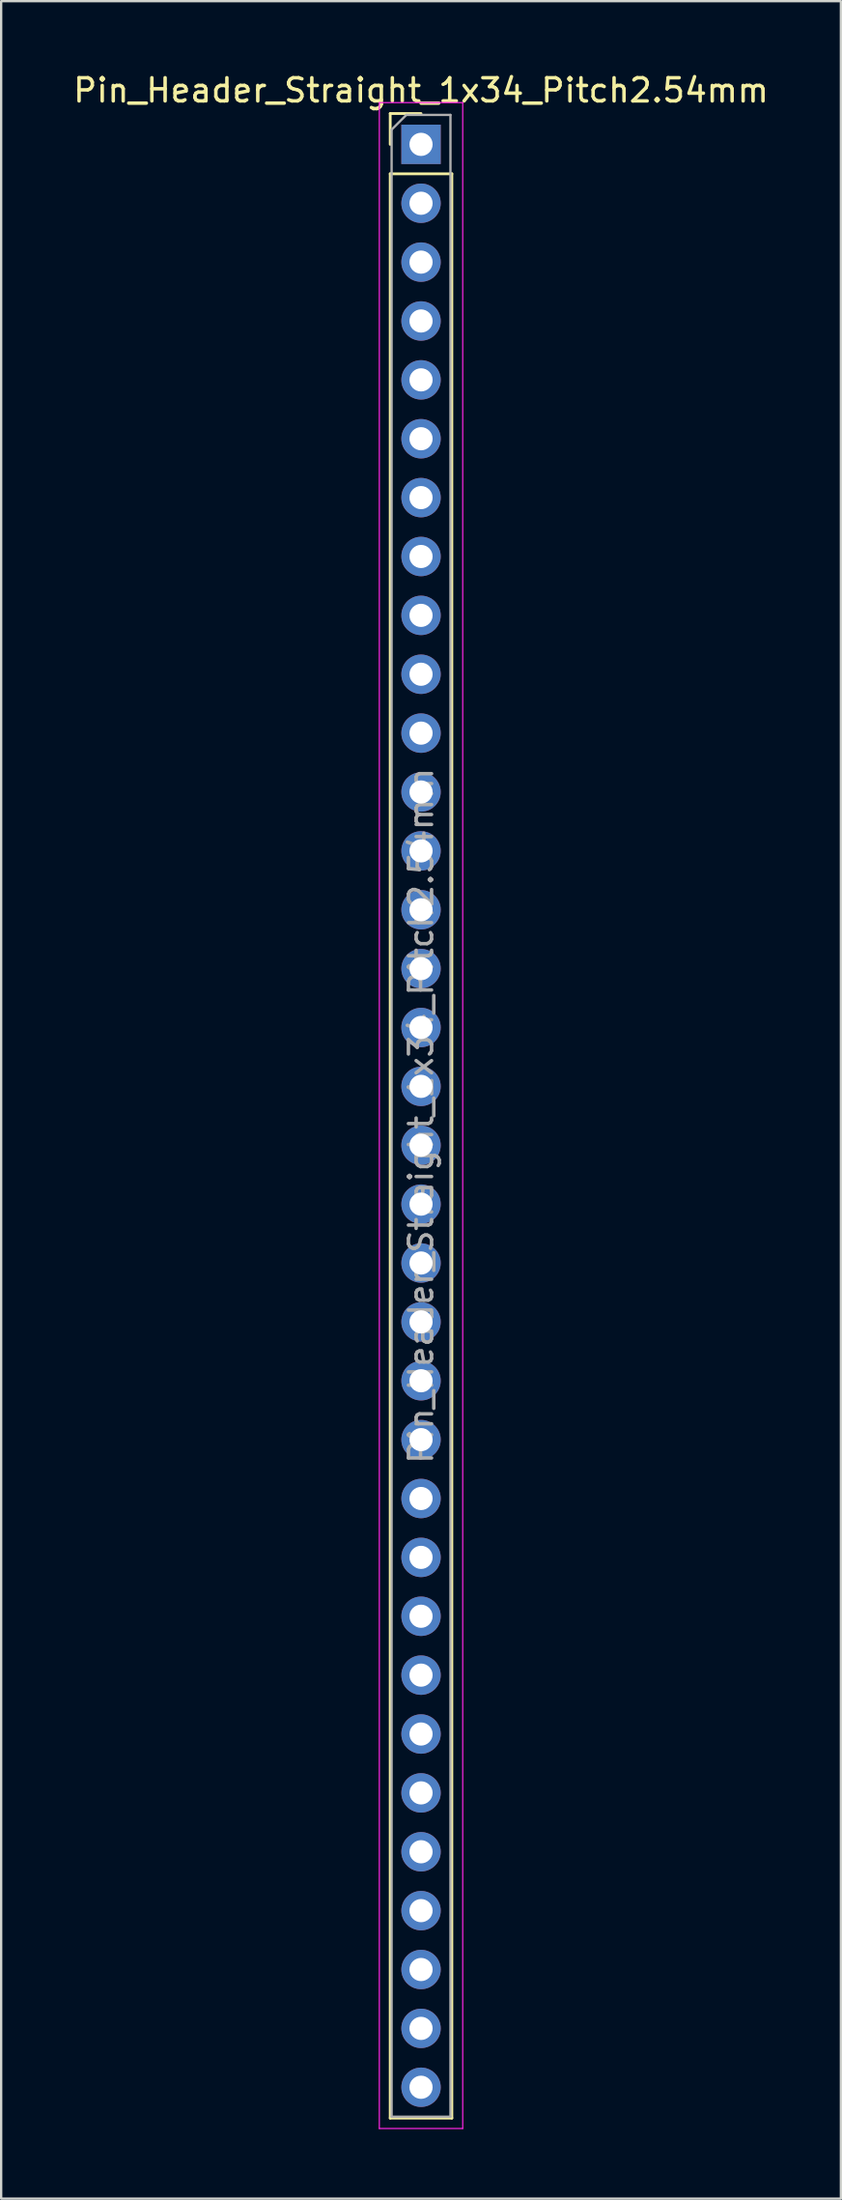
<source format=kicad_pcb>
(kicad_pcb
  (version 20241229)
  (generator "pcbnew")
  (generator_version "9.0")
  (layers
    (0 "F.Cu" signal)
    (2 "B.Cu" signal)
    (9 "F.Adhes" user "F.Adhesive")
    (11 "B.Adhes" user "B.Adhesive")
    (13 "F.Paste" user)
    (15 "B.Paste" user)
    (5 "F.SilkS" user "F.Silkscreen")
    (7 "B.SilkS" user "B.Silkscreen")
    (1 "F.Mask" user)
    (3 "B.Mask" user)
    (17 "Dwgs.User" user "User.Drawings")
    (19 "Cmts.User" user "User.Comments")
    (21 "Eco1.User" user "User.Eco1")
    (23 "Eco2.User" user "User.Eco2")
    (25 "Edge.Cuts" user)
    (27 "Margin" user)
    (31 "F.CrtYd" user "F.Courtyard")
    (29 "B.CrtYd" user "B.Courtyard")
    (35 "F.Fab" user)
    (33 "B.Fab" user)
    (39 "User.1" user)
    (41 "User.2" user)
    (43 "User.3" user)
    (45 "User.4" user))
  (footprint "Pin_Header_Straight_1x34_Pitch2.54mm"
    (layer "F.Cu")
    (at 15.125 3.178)
    (property "Reference" "Pin_Header_Straight_1x34_Pitch2.54mm" (at 0 -2.33 0) (layer "F.SilkS") (effects (font (size 1 1) (thickness 0.15))))
    (attr through_hole)
    (fp_line (start -1.33 -1.33) (end 0 -1.33) (stroke (width 0.12) (type solid)) (layer "F.SilkS"))
    (fp_line (start -1.33 0) (end -1.33 -1.33) (stroke (width 0.12) (type solid)) (layer "F.SilkS"))
    (fp_line (start -1.33 1.27) (end -1.33 85.15) (stroke (width 0.12) (type solid)) (layer "F.SilkS"))
    (fp_line (start -1.33 1.27) (end 1.33 1.27) (stroke (width 0.12) (type solid)) (layer "F.SilkS"))
    (fp_line (start -1.33 85.15) (end 1.33 85.15) (stroke (width 0.12) (type solid)) (layer "F.SilkS"))
    (fp_line (start 1.33 1.27) (end 1.33 85.15) (stroke (width 0.12) (type solid)) (layer "F.SilkS"))
    (fp_line (start -1.8 -1.8) (end -1.8 85.6) (stroke (width 0.05) (type solid)) (layer "F.CrtYd"))
    (fp_line (start -1.8 85.6) (end 1.8 85.6) (stroke (width 0.05) (type solid)) (layer "F.CrtYd"))
    (fp_line (start 1.8 -1.8) (end -1.8 -1.8) (stroke (width 0.05) (type solid)) (layer "F.CrtYd"))
    (fp_line (start 1.8 85.6) (end 1.8 -1.8) (stroke (width 0.05) (type solid)) (layer "F.CrtYd"))
    (fp_line (start -1.27 -0.635) (end -0.635 -1.27) (stroke (width 0.1) (type solid)) (layer "F.Fab"))
    (fp_line (start -1.27 85.09) (end -1.27 -0.635) (stroke (width 0.1) (type solid)) (layer "F.Fab"))
    (fp_line (start -0.635 -1.27) (end 1.27 -1.27) (stroke (width 0.1) (type solid)) (layer "F.Fab"))
    (fp_line (start 1.27 -1.27) (end 1.27 85.09) (stroke (width 0.1) (type solid)) (layer "F.Fab"))
    (fp_line (start 1.27 85.09) (end -1.27 85.09) (stroke (width 0.1) (type solid)) (layer "F.Fab"))
    (fp_text user "${REFERENCE}" (at 0 41.91 90) (layer "F.Fab") (effects (font (size 1 1) (thickness 0.15))))
    (pad "1" thru_hole rect (at 0 0) (size 1.7 1.7) (drill 1) (layers "*.Cu" "*.Mask"))
    (pad "2" thru_hole oval (at 0 2.54) (size 1.7 1.7) (drill 1) (layers "*.Cu" "*.Mask"))
    (pad "3" thru_hole oval (at 0 5.08) (size 1.7 1.7) (drill 1) (layers "*.Cu" "*.Mask"))
    (pad "4" thru_hole oval (at 0 7.62) (size 1.7 1.7) (drill 1) (layers "*.Cu" "*.Mask"))
    (pad "5" thru_hole oval (at 0 10.16) (size 1.7 1.7) (drill 1) (layers "*.Cu" "*.Mask"))
    (pad "6" thru_hole oval (at 0 12.7) (size 1.7 1.7) (drill 1) (layers "*.Cu" "*.Mask"))
    (pad "7" thru_hole oval (at 0 15.24) (size 1.7 1.7) (drill 1) (layers "*.Cu" "*.Mask"))
    (pad "8" thru_hole oval (at 0 17.78) (size 1.7 1.7) (drill 1) (layers "*.Cu" "*.Mask"))
    (pad "9" thru_hole oval (at 0 20.32) (size 1.7 1.7) (drill 1) (layers "*.Cu" "*.Mask"))
    (pad "10" thru_hole oval (at 0 22.86) (size 1.7 1.7) (drill 1) (layers "*.Cu" "*.Mask"))
    (pad "11" thru_hole oval (at 0 25.4) (size 1.7 1.7) (drill 1) (layers "*.Cu" "*.Mask"))
    (pad "12" thru_hole oval (at 0 27.94) (size 1.7 1.7) (drill 1) (layers "*.Cu" "*.Mask"))
    (pad "13" thru_hole oval (at 0 30.48) (size 1.7 1.7) (drill 1) (layers "*.Cu" "*.Mask"))
    (pad "14" thru_hole oval (at 0 33.02) (size 1.7 1.7) (drill 1) (layers "*.Cu" "*.Mask"))
    (pad "15" thru_hole oval (at 0 35.56) (size 1.7 1.7) (drill 1) (layers "*.Cu" "*.Mask"))
    (pad "16" thru_hole oval (at 0 38.1) (size 1.7 1.7) (drill 1) (layers "*.Cu" "*.Mask"))
    (pad "17" thru_hole oval (at 0 40.64) (size 1.7 1.7) (drill 1) (layers "*.Cu" "*.Mask"))
    (pad "18" thru_hole oval (at 0 43.18) (size 1.7 1.7) (drill 1) (layers "*.Cu" "*.Mask"))
    (pad "19" thru_hole oval (at 0 45.72) (size 1.7 1.7) (drill 1) (layers "*.Cu" "*.Mask"))
    (pad "20" thru_hole oval (at 0 48.26) (size 1.7 1.7) (drill 1) (layers "*.Cu" "*.Mask"))
    (pad "21" thru_hole oval (at 0 50.8) (size 1.7 1.7) (drill 1) (layers "*.Cu" "*.Mask"))
    (pad "22" thru_hole oval (at 0 53.34) (size 1.7 1.7) (drill 1) (layers "*.Cu" "*.Mask"))
    (pad "23" thru_hole oval (at 0 55.88) (size 1.7 1.7) (drill 1) (layers "*.Cu" "*.Mask"))
    (pad "24" thru_hole oval (at 0 58.42) (size 1.7 1.7) (drill 1) (layers "*.Cu" "*.Mask"))
    (pad "25" thru_hole oval (at 0 60.96) (size 1.7 1.7) (drill 1) (layers "*.Cu" "*.Mask"))
    (pad "26" thru_hole oval (at 0 63.5) (size 1.7 1.7) (drill 1) (layers "*.Cu" "*.Mask"))
    (pad "27" thru_hole oval (at 0 66.04) (size 1.7 1.7) (drill 1) (layers "*.Cu" "*.Mask"))
    (pad "28" thru_hole oval (at 0 68.58) (size 1.7 1.7) (drill 1) (layers "*.Cu" "*.Mask"))
    (pad "29" thru_hole oval (at 0 71.12) (size 1.7 1.7) (drill 1) (layers "*.Cu" "*.Mask"))
    (pad "30" thru_hole oval (at 0 73.66) (size 1.7 1.7) (drill 1) (layers "*.Cu" "*.Mask"))
    (pad "31" thru_hole oval (at 0 76.2) (size 1.7 1.7) (drill 1) (layers "*.Cu" "*.Mask"))
    (pad "32" thru_hole oval (at 0 78.74) (size 1.7 1.7) (drill 1) (layers "*.Cu" "*.Mask"))
    (pad "33" thru_hole oval (at 0 81.28) (size 1.7 1.7) (drill 1) (layers "*.Cu" "*.Mask"))
    (pad "34" thru_hole oval (at 0 83.82) (size 1.7 1.7) (drill 1) (layers "*.Cu" "*.Mask")))
  (gr_rect
    (start -3 -3)
    (end 33.25 91.803)
    (stroke (width 0.1) (type default))
    (fill no)
    (layer "Edge.Cuts")))
</source>
